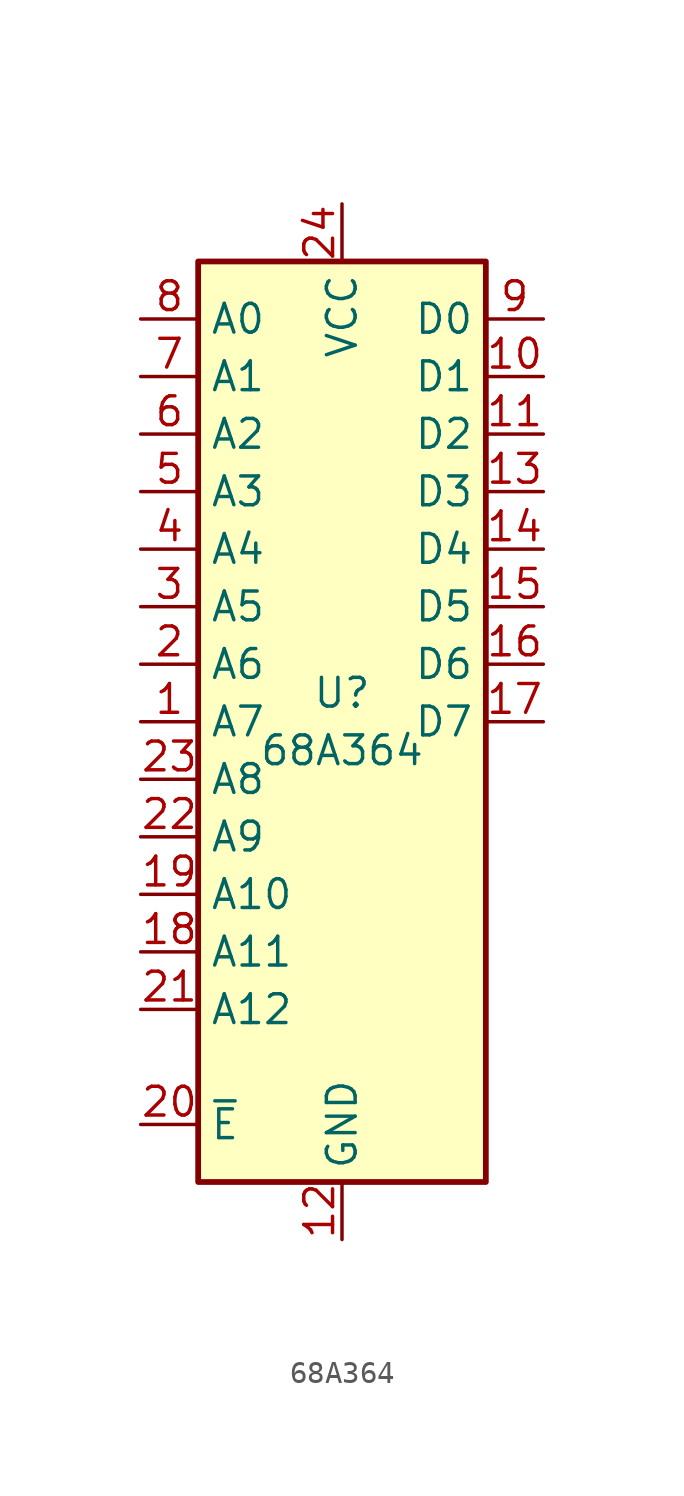
<source format=kicad_sym>
(kicad_symbol_lib
  (version 20211014)
  (generator kicad_symbol_editor)
  (symbol "68A364"
    (property "Reference" "U"
      (at 0 1.27 0)
      (effects (font (size 1.27 1.27))))
    (property "Value" "68A364"
      (at 0 -1.27 0)
      (effects (font (size 1.27 1.27))))
    (symbol "68A364_0_1"
      (rectangle (start -6.35 20.32) (end 6.35 -20.32) (stroke (width 0.254) (type default) (color 0 0 0 0)) (fill (type background))))
    (symbol "68A364_1_1"
      (pin input line (at -8.89 0 0) (length 2.54) (name "A7" (effects (font (size 1.27 1.27)))) (number "1" (effects (font (size 1.27 1.27)))))
      (pin tri_state line (at 8.89 15.24 180) (length 2.54) (name "D1" (effects (font (size 1.27 1.27)))) (number "10" (effects (font (size 1.27 1.27)))))
      (pin tri_state line (at 8.89 12.7 180) (length 2.54) (name "D2" (effects (font (size 1.27 1.27)))) (number "11" (effects (font (size 1.27 1.27)))))
      (pin power_in line (at 0 -22.86 90) (length 2.54) (name "GND" (effects (font (size 1.27 1.27)))) (number "12" (effects (font (size 1.27 1.27)))))
      (pin tri_state line (at 8.89 10.16 180) (length 2.54) (name "D3" (effects (font (size 1.27 1.27)))) (number "13" (effects (font (size 1.27 1.27)))))
      (pin tri_state line (at 8.89 7.62 180) (length 2.54) (name "D4" (effects (font (size 1.27 1.27)))) (number "14" (effects (font (size 1.27 1.27)))))
      (pin tri_state line (at 8.89 5.08 180) (length 2.54) (name "D5" (effects (font (size 1.27 1.27)))) (number "15" (effects (font (size 1.27 1.27)))))
      (pin tri_state line (at 8.89 2.54 180) (length 2.54) (name "D6" (effects (font (size 1.27 1.27)))) (number "16" (effects (font (size 1.27 1.27)))))
      (pin tri_state line (at 8.89 0 180) (length 2.54) (name "D7" (effects (font (size 1.27 1.27)))) (number "17" (effects (font (size 1.27 1.27)))))
      (pin input line (at -8.89 -10.16 0) (length 2.54) (name "A11" (effects (font (size 1.27 1.27)))) (number "18" (effects (font (size 1.27 1.27)))))
      (pin input line (at -8.89 -7.62 0) (length 2.54) (name "A10" (effects (font (size 1.27 1.27)))) (number "19" (effects (font (size 1.27 1.27)))))
      (pin input line (at -8.89 2.54 0) (length 2.54) (name "A6" (effects (font (size 1.27 1.27)))) (number "2" (effects (font (size 1.27 1.27)))))
      (pin input line (at -8.89 -17.78 0) (length 2.54) (name "~{E}" (effects (font (size 1.27 1.27)))) (number "20" (effects (font (size 1.27 1.27)))))
      (pin input line (at -8.89 -12.7 0) (length 2.54) (name "A12" (effects (font (size 1.27 1.27)))) (number "21" (effects (font (size 1.27 1.27)))))
      (pin input line (at -8.89 -5.08 0) (length 2.54) (name "A9" (effects (font (size 1.27 1.27)))) (number "22" (effects (font (size 1.27 1.27)))))
      (pin input line (at -8.89 -2.54 0) (length 2.54) (name "A8" (effects (font (size 1.27 1.27)))) (number "23" (effects (font (size 1.27 1.27)))))
      (pin power_in line (at 0 22.86 270) (length 2.54) (name "VCC" (effects (font (size 1.27 1.27)))) (number "24" (effects (font (size 1.27 1.27)))))
      (pin input line (at -8.89 5.08 0) (length 2.54) (name "A5" (effects (font (size 1.27 1.27)))) (number "3" (effects (font (size 1.27 1.27)))))
      (pin input line (at -8.89 7.62 0) (length 2.54) (name "A4" (effects (font (size 1.27 1.27)))) (number "4" (effects (font (size 1.27 1.27)))))
      (pin input line (at -8.89 10.16 0) (length 2.54) (name "A3" (effects (font (size 1.27 1.27)))) (number "5" (effects (font (size 1.27 1.27)))))
      (pin input line (at -8.89 12.7 0) (length 2.54) (name "A2" (effects (font (size 1.27 1.27)))) (number "6" (effects (font (size 1.27 1.27)))))
      (pin input line (at -8.89 15.24 0) (length 2.54) (name "A1" (effects (font (size 1.27 1.27)))) (number "7" (effects (font (size 1.27 1.27)))))
      (pin input line (at -8.89 17.78 0) (length 2.54) (name "A0" (effects (font (size 1.27 1.27)))) (number "8" (effects (font (size 1.27 1.27)))))
      (pin tri_state line (at 8.89 17.78 180) (length 2.54) (name "D0" (effects (font (size 1.27 1.27)))) (number "9" (effects (font (size 1.27 1.27))))))))
</source>
